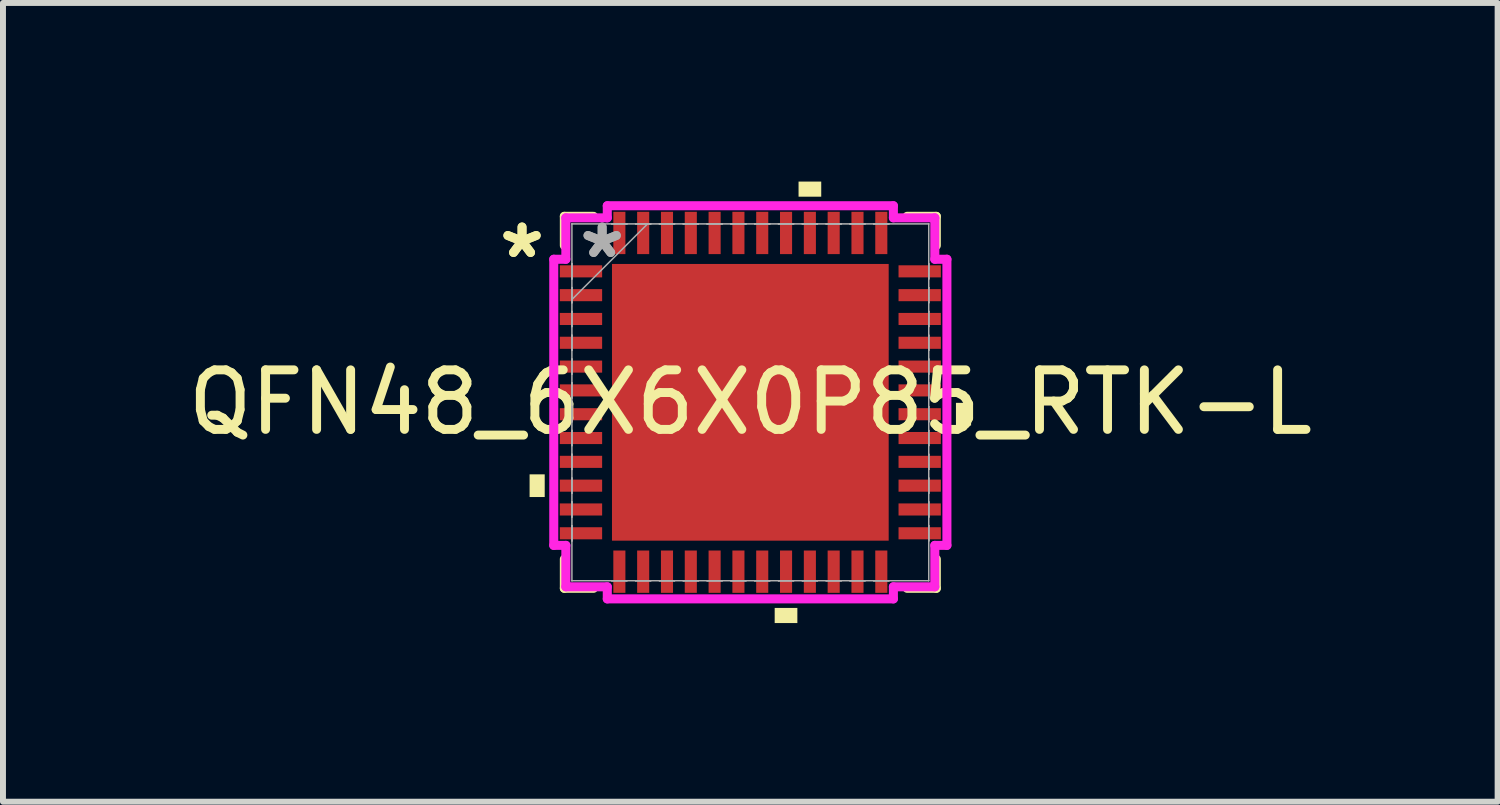
<source format=kicad_pcb>
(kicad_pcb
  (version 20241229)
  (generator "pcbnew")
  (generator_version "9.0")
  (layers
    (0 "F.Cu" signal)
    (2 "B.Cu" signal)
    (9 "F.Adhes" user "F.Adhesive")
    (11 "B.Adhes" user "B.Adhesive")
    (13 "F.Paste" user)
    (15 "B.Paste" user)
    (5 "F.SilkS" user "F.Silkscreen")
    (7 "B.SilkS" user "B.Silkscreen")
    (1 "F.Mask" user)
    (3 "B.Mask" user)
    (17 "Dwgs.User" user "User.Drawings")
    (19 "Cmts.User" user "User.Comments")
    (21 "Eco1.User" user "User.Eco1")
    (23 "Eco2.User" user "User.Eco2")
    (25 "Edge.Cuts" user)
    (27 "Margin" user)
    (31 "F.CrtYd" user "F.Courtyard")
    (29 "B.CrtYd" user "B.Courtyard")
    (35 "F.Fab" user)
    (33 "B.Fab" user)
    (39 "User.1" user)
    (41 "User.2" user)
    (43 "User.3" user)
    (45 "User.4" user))
  (footprint "QFN48_6X6X0P85_RTK-L"
    (layer "F.Cu")
    (at 9.554 3.708)
    (property "Reference" "QFN48_6X6X0P85_RTK-L" (at 0 0 0) (unlocked yes) (layer "F.SilkS") (effects (font (size 1 1) (thickness 0.15))))
    (attr smd)
    (fp_line (start -3.124 -3.124) (end -3.124 -2.634) (stroke (width 0.152) (type solid)) (layer "F.SilkS"))
    (fp_line (start -3.124 2.634) (end -3.124 3.124) (stroke (width 0.152) (type solid)) (layer "F.SilkS"))
    (fp_line (start -3.124 3.124) (end -2.634 3.124) (stroke (width 0.152) (type solid)) (layer "F.SilkS"))
    (fp_line (start -2.634 -3.124) (end -3.124 -3.124) (stroke (width 0.152) (type solid)) (layer "F.SilkS"))
    (fp_line (start 2.634 3.124) (end 3.124 3.124) (stroke (width 0.152) (type solid)) (layer "F.SilkS"))
    (fp_line (start 3.124 -3.124) (end 2.634 -3.124) (stroke (width 0.152) (type solid)) (layer "F.SilkS"))
    (fp_line (start 3.124 -2.634) (end 3.124 -3.124) (stroke (width 0.152) (type solid)) (layer "F.SilkS"))
    (fp_line (start 3.124 3.124) (end 3.124 2.634) (stroke (width 0.152) (type solid)) (layer "F.SilkS"))
    (fp_poly (pts (xy -3.708 1.21) (xy -3.708 1.591) (xy -3.454 1.591) (xy -3.454 1.21)) (stroke (width 0) (type solid)) (fill yes) (layer "F.SilkS"))
    (fp_poly (pts (xy 0.409 3.454) (xy 0.409 3.708) (xy 0.79 3.708) (xy 0.79 3.454)) (stroke (width 0) (type solid)) (fill yes) (layer "F.SilkS"))
    (fp_poly (pts (xy 0.81 -3.454) (xy 0.81 -3.708) (xy 1.191 -3.708) (xy 1.191 -3.454)) (stroke (width 0) (type solid)) (fill yes) (layer "F.SilkS"))
    (fp_poly (pts (xy 3.708 0.009) (xy 3.708 0.391) (xy 3.454 0.391) (xy 3.454 0.009)) (stroke (width 0) (type solid)) (fill yes) (layer "F.SilkS"))
    (fp_poly (pts (xy -2.224 -2.224) (xy -2.224 -0.875) (xy -0.875 -0.875) (xy -0.875 -2.224)) (stroke (width 0) (type solid)) (fill yes) (layer "F.Paste"))
    (fp_poly (pts (xy -2.224 -0.675) (xy -2.224 0.675) (xy -0.875 0.675) (xy -0.875 -0.675)) (stroke (width 0) (type solid)) (fill yes) (layer "F.Paste"))
    (fp_poly (pts (xy -2.224 0.875) (xy -2.224 2.224) (xy -0.875 2.224) (xy -0.875 0.875)) (stroke (width 0) (type solid)) (fill yes) (layer "F.Paste"))
    (fp_poly (pts (xy -0.675 -2.224) (xy -0.675 -0.875) (xy 0.675 -0.875) (xy 0.675 -2.224)) (stroke (width 0) (type solid)) (fill yes) (layer "F.Paste"))
    (fp_poly (pts (xy -0.675 -0.675) (xy -0.675 0.675) (xy 0.675 0.675) (xy 0.675 -0.675)) (stroke (width 0) (type solid)) (fill yes) (layer "F.Paste"))
    (fp_poly (pts (xy -0.675 0.875) (xy -0.675 2.224) (xy 0.675 2.224) (xy 0.675 0.875)) (stroke (width 0) (type solid)) (fill yes) (layer "F.Paste"))
    (fp_poly (pts (xy 0.875 -2.224) (xy 0.875 -0.875) (xy 2.224 -0.875) (xy 2.224 -2.224)) (stroke (width 0) (type solid)) (fill yes) (layer "F.Paste"))
    (fp_poly (pts (xy 0.875 -0.675) (xy 0.875 0.675) (xy 2.224 0.675) (xy 2.224 -0.675)) (stroke (width 0) (type solid)) (fill yes) (layer "F.Paste"))
    (fp_poly (pts (xy 0.875 0.875) (xy 0.875 2.224) (xy 2.224 2.224) (xy 2.224 0.875)) (stroke (width 0) (type solid)) (fill yes) (layer "F.Paste"))
    (fp_line (start -3.302 -2.403) (end -3.099 -2.403) (stroke (width 0.152) (type solid)) (layer "F.CrtYd"))
    (fp_line (start -3.302 2.403) (end -3.302 -2.403) (stroke (width 0.152) (type solid)) (layer "F.CrtYd"))
    (fp_line (start -3.099 -3.099) (end -2.403 -3.099) (stroke (width 0.152) (type solid)) (layer "F.CrtYd"))
    (fp_line (start -3.099 -2.403) (end -3.099 -3.099) (stroke (width 0.152) (type solid)) (layer "F.CrtYd"))
    (fp_line (start -3.099 2.403) (end -3.302 2.403) (stroke (width 0.152) (type solid)) (layer "F.CrtYd"))
    (fp_line (start -3.099 3.099) (end -3.099 2.403) (stroke (width 0.152) (type solid)) (layer "F.CrtYd"))
    (fp_line (start -2.403 -3.302) (end 2.403 -3.302) (stroke (width 0.152) (type solid)) (layer "F.CrtYd"))
    (fp_line (start -2.403 -3.099) (end -2.403 -3.302) (stroke (width 0.152) (type solid)) (layer "F.CrtYd"))
    (fp_line (start -2.403 3.099) (end -3.099 3.099) (stroke (width 0.152) (type solid)) (layer "F.CrtYd"))
    (fp_line (start -2.403 3.302) (end -2.403 3.099) (stroke (width 0.152) (type solid)) (layer "F.CrtYd"))
    (fp_line (start 2.403 -3.302) (end 2.403 -3.099) (stroke (width 0.152) (type solid)) (layer "F.CrtYd"))
    (fp_line (start 2.403 -3.099) (end 3.099 -3.099) (stroke (width 0.152) (type solid)) (layer "F.CrtYd"))
    (fp_line (start 2.403 3.099) (end 2.403 3.302) (stroke (width 0.152) (type solid)) (layer "F.CrtYd"))
    (fp_line (start 2.403 3.302) (end -2.403 3.302) (stroke (width 0.152) (type solid)) (layer "F.CrtYd"))
    (fp_line (start 3.099 -3.099) (end 3.099 -2.403) (stroke (width 0.152) (type solid)) (layer "F.CrtYd"))
    (fp_line (start 3.099 -2.403) (end 3.302 -2.403) (stroke (width 0.152) (type solid)) (layer "F.CrtYd"))
    (fp_line (start 3.099 2.403) (end 3.099 3.099) (stroke (width 0.152) (type solid)) (layer "F.CrtYd"))
    (fp_line (start 3.099 3.099) (end 2.403 3.099) (stroke (width 0.152) (type solid)) (layer "F.CrtYd"))
    (fp_line (start 3.302 -2.403) (end 3.302 2.403) (stroke (width 0.152) (type solid)) (layer "F.CrtYd"))
    (fp_line (start 3.302 2.403) (end 3.099 2.403) (stroke (width 0.152) (type solid)) (layer "F.CrtYd"))
    (fp_line (start -2.997 -2.997) (end -2.997 -2.997) (stroke (width 0.025) (type solid)) (layer "F.Fab"))
    (fp_line (start -2.997 -2.997) (end -2.997 2.997) (stroke (width 0.025) (type solid)) (layer "F.Fab"))
    (fp_line (start -2.997 -2.327) (end -2.997 -2.327) (stroke (width 0.025) (type solid)) (layer "F.Fab"))
    (fp_line (start -2.997 -2.327) (end -2.997 -2.073) (stroke (width 0.025) (type solid)) (layer "F.Fab"))
    (fp_line (start -2.997 -2.073) (end -2.997 -2.327) (stroke (width 0.025) (type solid)) (layer "F.Fab"))
    (fp_line (start -2.997 -2.073) (end -2.997 -2.073) (stroke (width 0.025) (type solid)) (layer "F.Fab"))
    (fp_line (start -2.997 -1.927) (end -2.997 -1.927) (stroke (width 0.025) (type solid)) (layer "F.Fab"))
    (fp_line (start -2.997 -1.927) (end -2.997 -1.673) (stroke (width 0.025) (type solid)) (layer "F.Fab"))
    (fp_line (start -2.997 -1.727) (end -1.727 -2.997) (stroke (width 0.025) (type solid)) (layer "F.Fab"))
    (fp_line (start -2.997 -1.673) (end -2.997 -1.927) (stroke (width 0.025) (type solid)) (layer "F.Fab"))
    (fp_line (start -2.997 -1.673) (end -2.997 -1.673) (stroke (width 0.025) (type solid)) (layer "F.Fab"))
    (fp_line (start -2.997 -1.527) (end -2.997 -1.527) (stroke (width 0.025) (type solid)) (layer "F.Fab"))
    (fp_line (start -2.997 -1.527) (end -2.997 -1.273) (stroke (width 0.025) (type solid)) (layer "F.Fab"))
    (fp_line (start -2.997 -1.273) (end -2.997 -1.527) (stroke (width 0.025) (type solid)) (layer "F.Fab"))
    (fp_line (start -2.997 -1.273) (end -2.997 -1.273) (stroke (width 0.025) (type solid)) (layer "F.Fab"))
    (fp_line (start -2.997 -1.127) (end -2.997 -1.127) (stroke (width 0.025) (type solid)) (layer "F.Fab"))
    (fp_line (start -2.997 -1.127) (end -2.997 -0.873) (stroke (width 0.025) (type solid)) (layer "F.Fab"))
    (fp_line (start -2.997 -0.873) (end -2.997 -1.127) (stroke (width 0.025) (type solid)) (layer "F.Fab"))
    (fp_line (start -2.997 -0.873) (end -2.997 -0.873) (stroke (width 0.025) (type solid)) (layer "F.Fab"))
    (fp_line (start -2.997 -0.727) (end -2.997 -0.727) (stroke (width 0.025) (type solid)) (layer "F.Fab"))
    (fp_line (start -2.997 -0.727) (end -2.997 -0.473) (stroke (width 0.025) (type solid)) (layer "F.Fab"))
    (fp_line (start -2.997 -0.473) (end -2.997 -0.727) (stroke (width 0.025) (type solid)) (layer "F.Fab"))
    (fp_line (start -2.997 -0.473) (end -2.997 -0.473) (stroke (width 0.025) (type solid)) (layer "F.Fab"))
    (fp_line (start -2.997 -0.327) (end -2.997 -0.327) (stroke (width 0.025) (type solid)) (layer "F.Fab"))
    (fp_line (start -2.997 -0.327) (end -2.997 -0.073) (stroke (width 0.025) (type solid)) (layer "F.Fab"))
    (fp_line (start -2.997 -0.073) (end -2.997 -0.327) (stroke (width 0.025) (type solid)) (layer "F.Fab"))
    (fp_line (start -2.997 -0.073) (end -2.997 -0.073) (stroke (width 0.025) (type solid)) (layer "F.Fab"))
    (fp_line (start -2.997 0.073) (end -2.997 0.073) (stroke (width 0.025) (type solid)) (layer "F.Fab"))
    (fp_line (start -2.997 0.073) (end -2.997 0.327) (stroke (width 0.025) (type solid)) (layer "F.Fab"))
    (fp_line (start -2.997 0.327) (end -2.997 0.073) (stroke (width 0.025) (type solid)) (layer "F.Fab"))
    (fp_line (start -2.997 0.327) (end -2.997 0.327) (stroke (width 0.025) (type solid)) (layer "F.Fab"))
    (fp_line (start -2.997 0.473) (end -2.997 0.473) (stroke (width 0.025) (type solid)) (layer "F.Fab"))
    (fp_line (start -2.997 0.473) (end -2.997 0.727) (stroke (width 0.025) (type solid)) (layer "F.Fab"))
    (fp_line (start -2.997 0.727) (end -2.997 0.473) (stroke (width 0.025) (type solid)) (layer "F.Fab"))
    (fp_line (start -2.997 0.727) (end -2.997 0.727) (stroke (width 0.025) (type solid)) (layer "F.Fab"))
    (fp_line (start -2.997 0.873) (end -2.997 0.873) (stroke (width 0.025) (type solid)) (layer "F.Fab"))
    (fp_line (start -2.997 0.873) (end -2.997 1.127) (stroke (width 0.025) (type solid)) (layer "F.Fab"))
    (fp_line (start -2.997 1.127) (end -2.997 0.873) (stroke (width 0.025) (type solid)) (layer "F.Fab"))
    (fp_line (start -2.997 1.127) (end -2.997 1.127) (stroke (width 0.025) (type solid)) (layer "F.Fab"))
    (fp_line (start -2.997 1.273) (end -2.997 1.273) (stroke (width 0.025) (type solid)) (layer "F.Fab"))
    (fp_line (start -2.997 1.273) (end -2.997 1.527) (stroke (width 0.025) (type solid)) (layer "F.Fab"))
    (fp_line (start -2.997 1.527) (end -2.997 1.273) (stroke (width 0.025) (type solid)) (layer "F.Fab"))
    (fp_line (start -2.997 1.527) (end -2.997 1.527) (stroke (width 0.025) (type solid)) (layer "F.Fab"))
    (fp_line (start -2.997 1.673) (end -2.997 1.673) (stroke (width 0.025) (type solid)) (layer "F.Fab"))
    (fp_line (start -2.997 1.673) (end -2.997 1.927) (stroke (width 0.025) (type solid)) (layer "F.Fab"))
    (fp_line (start -2.997 1.927) (end -2.997 1.673) (stroke (width 0.025) (type solid)) (layer "F.Fab"))
    (fp_line (start -2.997 1.927) (end -2.997 1.927) (stroke (width 0.025) (type solid)) (layer "F.Fab"))
    (fp_line (start -2.997 2.073) (end -2.997 2.073) (stroke (width 0.025) (type solid)) (layer "F.Fab"))
    (fp_line (start -2.997 2.073) (end -2.997 2.327) (stroke (width 0.025) (type solid)) (layer "F.Fab"))
    (fp_line (start -2.997 2.327) (end -2.997 2.073) (stroke (width 0.025) (type solid)) (layer "F.Fab"))
    (fp_line (start -2.997 2.327) (end -2.997 2.327) (stroke (width 0.025) (type solid)) (layer "F.Fab"))
    (fp_line (start -2.997 2.997) (end -2.997 2.997) (stroke (width 0.025) (type solid)) (layer "F.Fab"))
    (fp_line (start -2.997 2.997) (end 2.997 2.997) (stroke (width 0.025) (type solid)) (layer "F.Fab"))
    (fp_line (start -2.327 -2.997) (end -2.327 -2.997) (stroke (width 0.025) (type solid)) (layer "F.Fab"))
    (fp_line (start -2.327 -2.997) (end -2.073 -2.997) (stroke (width 0.025) (type solid)) (layer "F.Fab"))
    (fp_line (start -2.327 2.997) (end -2.327 2.997) (stroke (width 0.025) (type solid)) (layer "F.Fab"))
    (fp_line (start -2.327 2.997) (end -2.073 2.997) (stroke (width 0.025) (type solid)) (layer "F.Fab"))
    (fp_line (start -2.073 -2.997) (end -2.327 -2.997) (stroke (width 0.025) (type solid)) (layer "F.Fab"))
    (fp_line (start -2.073 -2.997) (end -2.073 -2.997) (stroke (width 0.025) (type solid)) (layer "F.Fab"))
    (fp_line (start -2.073 2.997) (end -2.327 2.997) (stroke (width 0.025) (type solid)) (layer "F.Fab"))
    (fp_line (start -2.073 2.997) (end -2.073 2.997) (stroke (width 0.025) (type solid)) (layer "F.Fab"))
    (fp_line (start -1.927 -2.997) (end -1.927 -2.997) (stroke (width 0.025) (type solid)) (layer "F.Fab"))
    (fp_line (start -1.927 -2.997) (end -1.673 -2.997) (stroke (width 0.025) (type solid)) (layer "F.Fab"))
    (fp_line (start -1.927 2.997) (end -1.927 2.997) (stroke (width 0.025) (type solid)) (layer "F.Fab"))
    (fp_line (start -1.927 2.997) (end -1.673 2.997) (stroke (width 0.025) (type solid)) (layer "F.Fab"))
    (fp_line (start -1.673 -2.997) (end -1.927 -2.997) (stroke (width 0.025) (type solid)) (layer "F.Fab"))
    (fp_line (start -1.673 -2.997) (end -1.673 -2.997) (stroke (width 0.025) (type solid)) (layer "F.Fab"))
    (fp_line (start -1.673 2.997) (end -1.927 2.997) (stroke (width 0.025) (type solid)) (layer "F.Fab"))
    (fp_line (start -1.673 2.997) (end -1.673 2.997) (stroke (width 0.025) (type solid)) (layer "F.Fab"))
    (fp_line (start -1.527 -2.997) (end -1.527 -2.997) (stroke (width 0.025) (type solid)) (layer "F.Fab"))
    (fp_line (start -1.527 -2.997) (end -1.273 -2.997) (stroke (width 0.025) (type solid)) (layer "F.Fab"))
    (fp_line (start -1.527 2.997) (end -1.527 2.997) (stroke (width 0.025) (type solid)) (layer "F.Fab"))
    (fp_line (start -1.527 2.997) (end -1.273 2.997) (stroke (width 0.025) (type solid)) (layer "F.Fab"))
    (fp_line (start -1.273 -2.997) (end -1.527 -2.997) (stroke (width 0.025) (type solid)) (layer "F.Fab"))
    (fp_line (start -1.273 -2.997) (end -1.273 -2.997) (stroke (width 0.025) (type solid)) (layer "F.Fab"))
    (fp_line (start -1.273 2.997) (end -1.527 2.997) (stroke (width 0.025) (type solid)) (layer "F.Fab"))
    (fp_line (start -1.273 2.997) (end -1.273 2.997) (stroke (width 0.025) (type solid)) (layer "F.Fab"))
    (fp_line (start -1.127 -2.997) (end -1.127 -2.997) (stroke (width 0.025) (type solid)) (layer "F.Fab"))
    (fp_line (start -1.127 -2.997) (end -0.873 -2.997) (stroke (width 0.025) (type solid)) (layer "F.Fab"))
    (fp_line (start -1.127 2.997) (end -1.127 2.997) (stroke (width 0.025) (type solid)) (layer "F.Fab"))
    (fp_line (start -1.127 2.997) (end -0.873 2.997) (stroke (width 0.025) (type solid)) (layer "F.Fab"))
    (fp_line (start -0.873 -2.997) (end -1.127 -2.997) (stroke (width 0.025) (type solid)) (layer "F.Fab"))
    (fp_line (start -0.873 -2.997) (end -0.873 -2.997) (stroke (width 0.025) (type solid)) (layer "F.Fab"))
    (fp_line (start -0.873 2.997) (end -1.127 2.997) (stroke (width 0.025) (type solid)) (layer "F.Fab"))
    (fp_line (start -0.873 2.997) (end -0.873 2.997) (stroke (width 0.025) (type solid)) (layer "F.Fab"))
    (fp_line (start -0.727 -2.997) (end -0.727 -2.997) (stroke (width 0.025) (type solid)) (layer "F.Fab"))
    (fp_line (start -0.727 -2.997) (end -0.473 -2.997) (stroke (width 0.025) (type solid)) (layer "F.Fab"))
    (fp_line (start -0.727 2.997) (end -0.727 2.997) (stroke (width 0.025) (type solid)) (layer "F.Fab"))
    (fp_line (start -0.727 2.997) (end -0.473 2.997) (stroke (width 0.025) (type solid)) (layer "F.Fab"))
    (fp_line (start -0.473 -2.997) (end -0.727 -2.997) (stroke (width 0.025) (type solid)) (layer "F.Fab"))
    (fp_line (start -0.473 -2.997) (end -0.473 -2.997) (stroke (width 0.025) (type solid)) (layer "F.Fab"))
    (fp_line (start -0.473 2.997) (end -0.727 2.997) (stroke (width 0.025) (type solid)) (layer "F.Fab"))
    (fp_line (start -0.473 2.997) (end -0.473 2.997) (stroke (width 0.025) (type solid)) (layer "F.Fab"))
    (fp_line (start -0.327 -2.997) (end -0.327 -2.997) (stroke (width 0.025) (type solid)) (layer "F.Fab"))
    (fp_line (start -0.327 -2.997) (end -0.073 -2.997) (stroke (width 0.025) (type solid)) (layer "F.Fab"))
    (fp_line (start -0.327 2.997) (end -0.327 2.997) (stroke (width 0.025) (type solid)) (layer "F.Fab"))
    (fp_line (start -0.327 2.997) (end -0.073 2.997) (stroke (width 0.025) (type solid)) (layer "F.Fab"))
    (fp_line (start -0.073 -2.997) (end -0.327 -2.997) (stroke (width 0.025) (type solid)) (layer "F.Fab"))
    (fp_line (start -0.073 -2.997) (end -0.073 -2.997) (stroke (width 0.025) (type solid)) (layer "F.Fab"))
    (fp_line (start -0.073 2.997) (end -0.327 2.997) (stroke (width 0.025) (type solid)) (layer "F.Fab"))
    (fp_line (start -0.073 2.997) (end -0.073 2.997) (stroke (width 0.025) (type solid)) (layer "F.Fab"))
    (fp_line (start 0.073 -2.997) (end 0.073 -2.997) (stroke (width 0.025) (type solid)) (layer "F.Fab"))
    (fp_line (start 0.073 -2.997) (end 0.327 -2.997) (stroke (width 0.025) (type solid)) (layer "F.Fab"))
    (fp_line (start 0.073 2.997) (end 0.073 2.997) (stroke (width 0.025) (type solid)) (layer "F.Fab"))
    (fp_line (start 0.073 2.997) (end 0.327 2.997) (stroke (width 0.025) (type solid)) (layer "F.Fab"))
    (fp_line (start 0.327 -2.997) (end 0.073 -2.997) (stroke (width 0.025) (type solid)) (layer "F.Fab"))
    (fp_line (start 0.327 -2.997) (end 0.327 -2.997) (stroke (width 0.025) (type solid)) (layer "F.Fab"))
    (fp_line (start 0.327 2.997) (end 0.073 2.997) (stroke (width 0.025) (type solid)) (layer "F.Fab"))
    (fp_line (start 0.327 2.997) (end 0.327 2.997) (stroke (width 0.025) (type solid)) (layer "F.Fab"))
    (fp_line (start 0.473 -2.997) (end 0.473 -2.997) (stroke (width 0.025) (type solid)) (layer "F.Fab"))
    (fp_line (start 0.473 -2.997) (end 0.727 -2.997) (stroke (width 0.025) (type solid)) (layer "F.Fab"))
    (fp_line (start 0.473 2.997) (end 0.473 2.997) (stroke (width 0.025) (type solid)) (layer "F.Fab"))
    (fp_line (start 0.473 2.997) (end 0.727 2.997) (stroke (width 0.025) (type solid)) (layer "F.Fab"))
    (fp_line (start 0.727 -2.997) (end 0.473 -2.997) (stroke (width 0.025) (type solid)) (layer "F.Fab"))
    (fp_line (start 0.727 -2.997) (end 0.727 -2.997) (stroke (width 0.025) (type solid)) (layer "F.Fab"))
    (fp_line (start 0.727 2.997) (end 0.473 2.997) (stroke (width 0.025) (type solid)) (layer "F.Fab"))
    (fp_line (start 0.727 2.997) (end 0.727 2.997) (stroke (width 0.025) (type solid)) (layer "F.Fab"))
    (fp_line (start 0.873 -2.997) (end 0.873 -2.997) (stroke (width 0.025) (type solid)) (layer "F.Fab"))
    (fp_line (start 0.873 -2.997) (end 1.127 -2.997) (stroke (width 0.025) (type solid)) (layer "F.Fab"))
    (fp_line (start 0.873 2.997) (end 0.873 2.997) (stroke (width 0.025) (type solid)) (layer "F.Fab"))
    (fp_line (start 0.873 2.997) (end 1.127 2.997) (stroke (width 0.025) (type solid)) (layer "F.Fab"))
    (fp_line (start 1.127 -2.997) (end 0.873 -2.997) (stroke (width 0.025) (type solid)) (layer "F.Fab"))
    (fp_line (start 1.127 -2.997) (end 1.127 -2.997) (stroke (width 0.025) (type solid)) (layer "F.Fab"))
    (fp_line (start 1.127 2.997) (end 0.873 2.997) (stroke (width 0.025) (type solid)) (layer "F.Fab"))
    (fp_line (start 1.127 2.997) (end 1.127 2.997) (stroke (width 0.025) (type solid)) (layer "F.Fab"))
    (fp_line (start 1.273 -2.997) (end 1.273 -2.997) (stroke (width 0.025) (type solid)) (layer "F.Fab"))
    (fp_line (start 1.273 -2.997) (end 1.527 -2.997) (stroke (width 0.025) (type solid)) (layer "F.Fab"))
    (fp_line (start 1.273 2.997) (end 1.273 2.997) (stroke (width 0.025) (type solid)) (layer "F.Fab"))
    (fp_line (start 1.273 2.997) (end 1.527 2.997) (stroke (width 0.025) (type solid)) (layer "F.Fab"))
    (fp_line (start 1.527 -2.997) (end 1.273 -2.997) (stroke (width 0.025) (type solid)) (layer "F.Fab"))
    (fp_line (start 1.527 -2.997) (end 1.527 -2.997) (stroke (width 0.025) (type solid)) (layer "F.Fab"))
    (fp_line (start 1.527 2.997) (end 1.273 2.997) (stroke (width 0.025) (type solid)) (layer "F.Fab"))
    (fp_line (start 1.527 2.997) (end 1.527 2.997) (stroke (width 0.025) (type solid)) (layer "F.Fab"))
    (fp_line (start 1.673 -2.997) (end 1.673 -2.997) (stroke (width 0.025) (type solid)) (layer "F.Fab"))
    (fp_line (start 1.673 -2.997) (end 1.927 -2.997) (stroke (width 0.025) (type solid)) (layer "F.Fab"))
    (fp_line (start 1.673 2.997) (end 1.673 2.997) (stroke (width 0.025) (type solid)) (layer "F.Fab"))
    (fp_line (start 1.673 2.997) (end 1.927 2.997) (stroke (width 0.025) (type solid)) (layer "F.Fab"))
    (fp_line (start 1.927 -2.997) (end 1.673 -2.997) (stroke (width 0.025) (type solid)) (layer "F.Fab"))
    (fp_line (start 1.927 -2.997) (end 1.927 -2.997) (stroke (width 0.025) (type solid)) (layer "F.Fab"))
    (fp_line (start 1.927 2.997) (end 1.673 2.997) (stroke (width 0.025) (type solid)) (layer "F.Fab"))
    (fp_line (start 1.927 2.997) (end 1.927 2.997) (stroke (width 0.025) (type solid)) (layer "F.Fab"))
    (fp_line (start 2.073 -2.997) (end 2.073 -2.997) (stroke (width 0.025) (type solid)) (layer "F.Fab"))
    (fp_line (start 2.073 -2.997) (end 2.327 -2.997) (stroke (width 0.025) (type solid)) (layer "F.Fab"))
    (fp_line (start 2.073 2.997) (end 2.073 2.997) (stroke (width 0.025) (type solid)) (layer "F.Fab"))
    (fp_line (start 2.073 2.997) (end 2.327 2.997) (stroke (width 0.025) (type solid)) (layer "F.Fab"))
    (fp_line (start 2.327 -2.997) (end 2.073 -2.997) (stroke (width 0.025) (type solid)) (layer "F.Fab"))
    (fp_line (start 2.327 -2.997) (end 2.327 -2.997) (stroke (width 0.025) (type solid)) (layer "F.Fab"))
    (fp_line (start 2.327 2.997) (end 2.073 2.997) (stroke (width 0.025) (type solid)) (layer "F.Fab"))
    (fp_line (start 2.327 2.997) (end 2.327 2.997) (stroke (width 0.025) (type solid)) (layer "F.Fab"))
    (fp_line (start 2.997 -2.997) (end -2.997 -2.997) (stroke (width 0.025) (type solid)) (layer "F.Fab"))
    (fp_line (start 2.997 -2.997) (end 2.997 -2.997) (stroke (width 0.025) (type solid)) (layer "F.Fab"))
    (fp_line (start 2.997 -2.327) (end 2.997 -2.327) (stroke (width 0.025) (type solid)) (layer "F.Fab"))
    (fp_line (start 2.997 -2.327) (end 2.997 -2.073) (stroke (width 0.025) (type solid)) (layer "F.Fab"))
    (fp_line (start 2.997 -2.073) (end 2.997 -2.327) (stroke (width 0.025) (type solid)) (layer "F.Fab"))
    (fp_line (start 2.997 -2.073) (end 2.997 -2.073) (stroke (width 0.025) (type solid)) (layer "F.Fab"))
    (fp_line (start 2.997 -1.927) (end 2.997 -1.927) (stroke (width 0.025) (type solid)) (layer "F.Fab"))
    (fp_line (start 2.997 -1.927) (end 2.997 -1.673) (stroke (width 0.025) (type solid)) (layer "F.Fab"))
    (fp_line (start 2.997 -1.673) (end 2.997 -1.927) (stroke (width 0.025) (type solid)) (layer "F.Fab"))
    (fp_line (start 2.997 -1.673) (end 2.997 -1.673) (stroke (width 0.025) (type solid)) (layer "F.Fab"))
    (fp_line (start 2.997 -1.527) (end 2.997 -1.527) (stroke (width 0.025) (type solid)) (layer "F.Fab"))
    (fp_line (start 2.997 -1.527) (end 2.997 -1.273) (stroke (width 0.025) (type solid)) (layer "F.Fab"))
    (fp_line (start 2.997 -1.273) (end 2.997 -1.527) (stroke (width 0.025) (type solid)) (layer "F.Fab"))
    (fp_line (start 2.997 -1.273) (end 2.997 -1.273) (stroke (width 0.025) (type solid)) (layer "F.Fab"))
    (fp_line (start 2.997 -1.127) (end 2.997 -1.127) (stroke (width 0.025) (type solid)) (layer "F.Fab"))
    (fp_line (start 2.997 -1.127) (end 2.997 -0.873) (stroke (width 0.025) (type solid)) (layer "F.Fab"))
    (fp_line (start 2.997 -0.873) (end 2.997 -1.127) (stroke (width 0.025) (type solid)) (layer "F.Fab"))
    (fp_line (start 2.997 -0.873) (end 2.997 -0.873) (stroke (width 0.025) (type solid)) (layer "F.Fab"))
    (fp_line (start 2.997 -0.727) (end 2.997 -0.727) (stroke (width 0.025) (type solid)) (layer "F.Fab"))
    (fp_line (start 2.997 -0.727) (end 2.997 -0.473) (stroke (width 0.025) (type solid)) (layer "F.Fab"))
    (fp_line (start 2.997 -0.473) (end 2.997 -0.727) (stroke (width 0.025) (type solid)) (layer "F.Fab"))
    (fp_line (start 2.997 -0.473) (end 2.997 -0.473) (stroke (width 0.025) (type solid)) (layer "F.Fab"))
    (fp_line (start 2.997 -0.327) (end 2.997 -0.327) (stroke (width 0.025) (type solid)) (layer "F.Fab"))
    (fp_line (start 2.997 -0.327) (end 2.997 -0.073) (stroke (width 0.025) (type solid)) (layer "F.Fab"))
    (fp_line (start 2.997 -0.073) (end 2.997 -0.327) (stroke (width 0.025) (type solid)) (layer "F.Fab"))
    (fp_line (start 2.997 -0.073) (end 2.997 -0.073) (stroke (width 0.025) (type solid)) (layer "F.Fab"))
    (fp_line (start 2.997 0.073) (end 2.997 0.073) (stroke (width 0.025) (type solid)) (layer "F.Fab"))
    (fp_line (start 2.997 0.073) (end 2.997 0.327) (stroke (width 0.025) (type solid)) (layer "F.Fab"))
    (fp_line (start 2.997 0.327) (end 2.997 0.073) (stroke (width 0.025) (type solid)) (layer "F.Fab"))
    (fp_line (start 2.997 0.327) (end 2.997 0.327) (stroke (width 0.025) (type solid)) (layer "F.Fab"))
    (fp_line (start 2.997 0.473) (end 2.997 0.473) (stroke (width 0.025) (type solid)) (layer "F.Fab"))
    (fp_line (start 2.997 0.473) (end 2.997 0.727) (stroke (width 0.025) (type solid)) (layer "F.Fab"))
    (fp_line (start 2.997 0.727) (end 2.997 0.473) (stroke (width 0.025) (type solid)) (layer "F.Fab"))
    (fp_line (start 2.997 0.727) (end 2.997 0.727) (stroke (width 0.025) (type solid)) (layer "F.Fab"))
    (fp_line (start 2.997 0.873) (end 2.997 0.873) (stroke (width 0.025) (type solid)) (layer "F.Fab"))
    (fp_line (start 2.997 0.873) (end 2.997 1.127) (stroke (width 0.025) (type solid)) (layer "F.Fab"))
    (fp_line (start 2.997 1.127) (end 2.997 0.873) (stroke (width 0.025) (type solid)) (layer "F.Fab"))
    (fp_line (start 2.997 1.127) (end 2.997 1.127) (stroke (width 0.025) (type solid)) (layer "F.Fab"))
    (fp_line (start 2.997 1.273) (end 2.997 1.273) (stroke (width 0.025) (type solid)) (layer "F.Fab"))
    (fp_line (start 2.997 1.273) (end 2.997 1.527) (stroke (width 0.025) (type solid)) (layer "F.Fab"))
    (fp_line (start 2.997 1.527) (end 2.997 1.273) (stroke (width 0.025) (type solid)) (layer "F.Fab"))
    (fp_line (start 2.997 1.527) (end 2.997 1.527) (stroke (width 0.025) (type solid)) (layer "F.Fab"))
    (fp_line (start 2.997 1.673) (end 2.997 1.673) (stroke (width 0.025) (type solid)) (layer "F.Fab"))
    (fp_line (start 2.997 1.673) (end 2.997 1.927) (stroke (width 0.025) (type solid)) (layer "F.Fab"))
    (fp_line (start 2.997 1.927) (end 2.997 1.673) (stroke (width 0.025) (type solid)) (layer "F.Fab"))
    (fp_line (start 2.997 1.927) (end 2.997 1.927) (stroke (width 0.025) (type solid)) (layer "F.Fab"))
    (fp_line (start 2.997 2.073) (end 2.997 2.073) (stroke (width 0.025) (type solid)) (layer "F.Fab"))
    (fp_line (start 2.997 2.073) (end 2.997 2.327) (stroke (width 0.025) (type solid)) (layer "F.Fab"))
    (fp_line (start 2.997 2.327) (end 2.997 2.073) (stroke (width 0.025) (type solid)) (layer "F.Fab"))
    (fp_line (start 2.997 2.327) (end 2.997 2.327) (stroke (width 0.025) (type solid)) (layer "F.Fab"))
    (fp_line (start 2.997 2.997) (end 2.997 -2.997) (stroke (width 0.025) (type solid)) (layer "F.Fab"))
    (fp_line (start 2.997 2.997) (end 2.997 2.997) (stroke (width 0.025) (type solid)) (layer "F.Fab"))
    (fp_text user "*" (at -3.835 -2.4 0) (unlocked yes) (layer "F.SilkS") (effects (font (size 1 1) (thickness 0.15))))
    (fp_text user "*" (at -3.835 -2.4 0) (layer "F.SilkS") (effects (font (size 1 1) (thickness 0.15))))
    (fp_text user "*" (at -2.489 -2.4 0) (unlocked yes) (layer "F.Fab") (effects (font (size 1 1) (thickness 0.15))))
    (fp_text user "*" (at -2.489 -2.4 0) (layer "F.Fab") (effects (font (size 1 1) (thickness 0.15))))
    (pad "1" smd rect (at -2.845 -2.2 90) (size 0.203 0.711) (layers "F.Cu" "F.Mask" "F.Paste"))
    (pad "2" smd rect (at -2.845 -1.8 90) (size 0.203 0.711) (layers "F.Cu" "F.Mask" "F.Paste"))
    (pad "3" smd rect (at -2.845 -1.4 90) (size 0.203 0.711) (layers "F.Cu" "F.Mask" "F.Paste"))
    (pad "4" smd rect (at -2.845 -1 90) (size 0.203 0.711) (layers "F.Cu" "F.Mask" "F.Paste"))
    (pad "5" smd rect (at -2.845 -0.6 90) (size 0.203 0.711) (layers "F.Cu" "F.Mask" "F.Paste"))
    (pad "6" smd rect (at -2.845 -0.2 90) (size 0.203 0.711) (layers "F.Cu" "F.Mask" "F.Paste"))
    (pad "7" smd rect (at -2.845 0.2 90) (size 0.203 0.711) (layers "F.Cu" "F.Mask" "F.Paste"))
    (pad "8" smd rect (at -2.845 0.6 90) (size 0.203 0.711) (layers "F.Cu" "F.Mask" "F.Paste"))
    (pad "9" smd rect (at -2.845 1 90) (size 0.203 0.711) (layers "F.Cu" "F.Mask" "F.Paste"))
    (pad "10" smd rect (at -2.845 1.4 90) (size 0.203 0.711) (layers "F.Cu" "F.Mask" "F.Paste"))
    (pad "11" smd rect (at -2.845 1.8 90) (size 0.203 0.711) (layers "F.Cu" "F.Mask" "F.Paste"))
    (pad "12" smd rect (at -2.845 2.2 90) (size 0.203 0.711) (layers "F.Cu" "F.Mask" "F.Paste"))
    (pad "13" smd rect (at -2.2 2.845) (size 0.203 0.711) (layers "F.Cu" "F.Mask" "F.Paste"))
    (pad "14" smd rect (at -1.8 2.845) (size 0.203 0.711) (layers "F.Cu" "F.Mask" "F.Paste"))
    (pad "15" smd rect (at -1.4 2.845) (size 0.203 0.711) (layers "F.Cu" "F.Mask" "F.Paste"))
    (pad "16" smd rect (at -1 2.845) (size 0.203 0.711) (layers "F.Cu" "F.Mask" "F.Paste"))
    (pad "17" smd rect (at -0.6 2.845) (size 0.203 0.711) (layers "F.Cu" "F.Mask" "F.Paste"))
    (pad "18" smd rect (at -0.2 2.845) (size 0.203 0.711) (layers "F.Cu" "F.Mask" "F.Paste"))
    (pad "19" smd rect (at 0.2 2.845) (size 0.203 0.711) (layers "F.Cu" "F.Mask" "F.Paste"))
    (pad "20" smd rect (at 0.6 2.845) (size 0.203 0.711) (layers "F.Cu" "F.Mask" "F.Paste"))
    (pad "21" smd rect (at 1 2.845) (size 0.203 0.711) (layers "F.Cu" "F.Mask" "F.Paste"))
    (pad "22" smd rect (at 1.4 2.845) (size 0.203 0.711) (layers "F.Cu" "F.Mask" "F.Paste"))
    (pad "23" smd rect (at 1.8 2.845) (size 0.203 0.711) (layers "F.Cu" "F.Mask" "F.Paste"))
    (pad "24" smd rect (at 2.2 2.845) (size 0.203 0.711) (layers "F.Cu" "F.Mask" "F.Paste"))
    (pad "25" smd rect (at 2.845 2.2 90) (size 0.203 0.711) (layers "F.Cu" "F.Mask" "F.Paste"))
    (pad "26" smd rect (at 2.845 1.8 90) (size 0.203 0.711) (layers "F.Cu" "F.Mask" "F.Paste"))
    (pad "27" smd rect (at 2.845 1.4 90) (size 0.203 0.711) (layers "F.Cu" "F.Mask" "F.Paste"))
    (pad "28" smd rect (at 2.845 1 90) (size 0.203 0.711) (layers "F.Cu" "F.Mask" "F.Paste"))
    (pad "29" smd rect (at 2.845 0.6 90) (size 0.203 0.711) (layers "F.Cu" "F.Mask" "F.Paste"))
    (pad "30" smd rect (at 2.845 0.2 90) (size 0.203 0.711) (layers "F.Cu" "F.Mask" "F.Paste"))
    (pad "31" smd rect (at 2.845 -0.2 90) (size 0.203 0.711) (layers "F.Cu" "F.Mask" "F.Paste"))
    (pad "32" smd rect (at 2.845 -0.6 90) (size 0.203 0.711) (layers "F.Cu" "F.Mask" "F.Paste"))
    (pad "33" smd rect (at 2.845 -1 90) (size 0.203 0.711) (layers "F.Cu" "F.Mask" "F.Paste"))
    (pad "34" smd rect (at 2.845 -1.4 90) (size 0.203 0.711) (layers "F.Cu" "F.Mask" "F.Paste"))
    (pad "35" smd rect (at 2.845 -1.8 90) (size 0.203 0.711) (layers "F.Cu" "F.Mask" "F.Paste"))
    (pad "36" smd rect (at 2.845 -2.2 90) (size 0.203 0.711) (layers "F.Cu" "F.Mask" "F.Paste"))
    (pad "37" smd rect (at 2.2 -2.845) (size 0.203 0.711) (layers "F.Cu" "F.Mask" "F.Paste"))
    (pad "38" smd rect (at 1.8 -2.845) (size 0.203 0.711) (layers "F.Cu" "F.Mask" "F.Paste"))
    (pad "39" smd rect (at 1.4 -2.845) (size 0.203 0.711) (layers "F.Cu" "F.Mask" "F.Paste"))
    (pad "40" smd rect (at 1 -2.845) (size 0.203 0.711) (layers "F.Cu" "F.Mask" "F.Paste"))
    (pad "41" smd rect (at 0.6 -2.845) (size 0.203 0.711) (layers "F.Cu" "F.Mask" "F.Paste"))
    (pad "42" smd rect (at 0.2 -2.845) (size 0.203 0.711) (layers "F.Cu" "F.Mask" "F.Paste"))
    (pad "43" smd rect (at -0.2 -2.845) (size 0.203 0.711) (layers "F.Cu" "F.Mask" "F.Paste"))
    (pad "44" smd rect (at -0.6 -2.845) (size 0.203 0.711) (layers "F.Cu" "F.Mask" "F.Paste"))
    (pad "45" smd rect (at -1 -2.845) (size 0.203 0.711) (layers "F.Cu" "F.Mask" "F.Paste"))
    (pad "46" smd rect (at -1.4 -2.845) (size 0.203 0.711) (layers "F.Cu" "F.Mask" "F.Paste"))
    (pad "47" smd rect (at -1.8 -2.845) (size 0.203 0.711) (layers "F.Cu" "F.Mask" "F.Paste"))
    (pad "48" smd rect (at -2.2 -2.845) (size 0.203 0.711) (layers "F.Cu" "F.Mask" "F.Paste"))
    (pad "49" smd rect (at 0 0) (size 4.648 4.648) (layers "F.Cu" "F.Mask")))
  (gr_rect
    (start -3 -3)
    (end 22.107 10.417)
    (stroke (width 0.1) (type default))
    (fill no)
    (layer "Edge.Cuts")))
</source>
